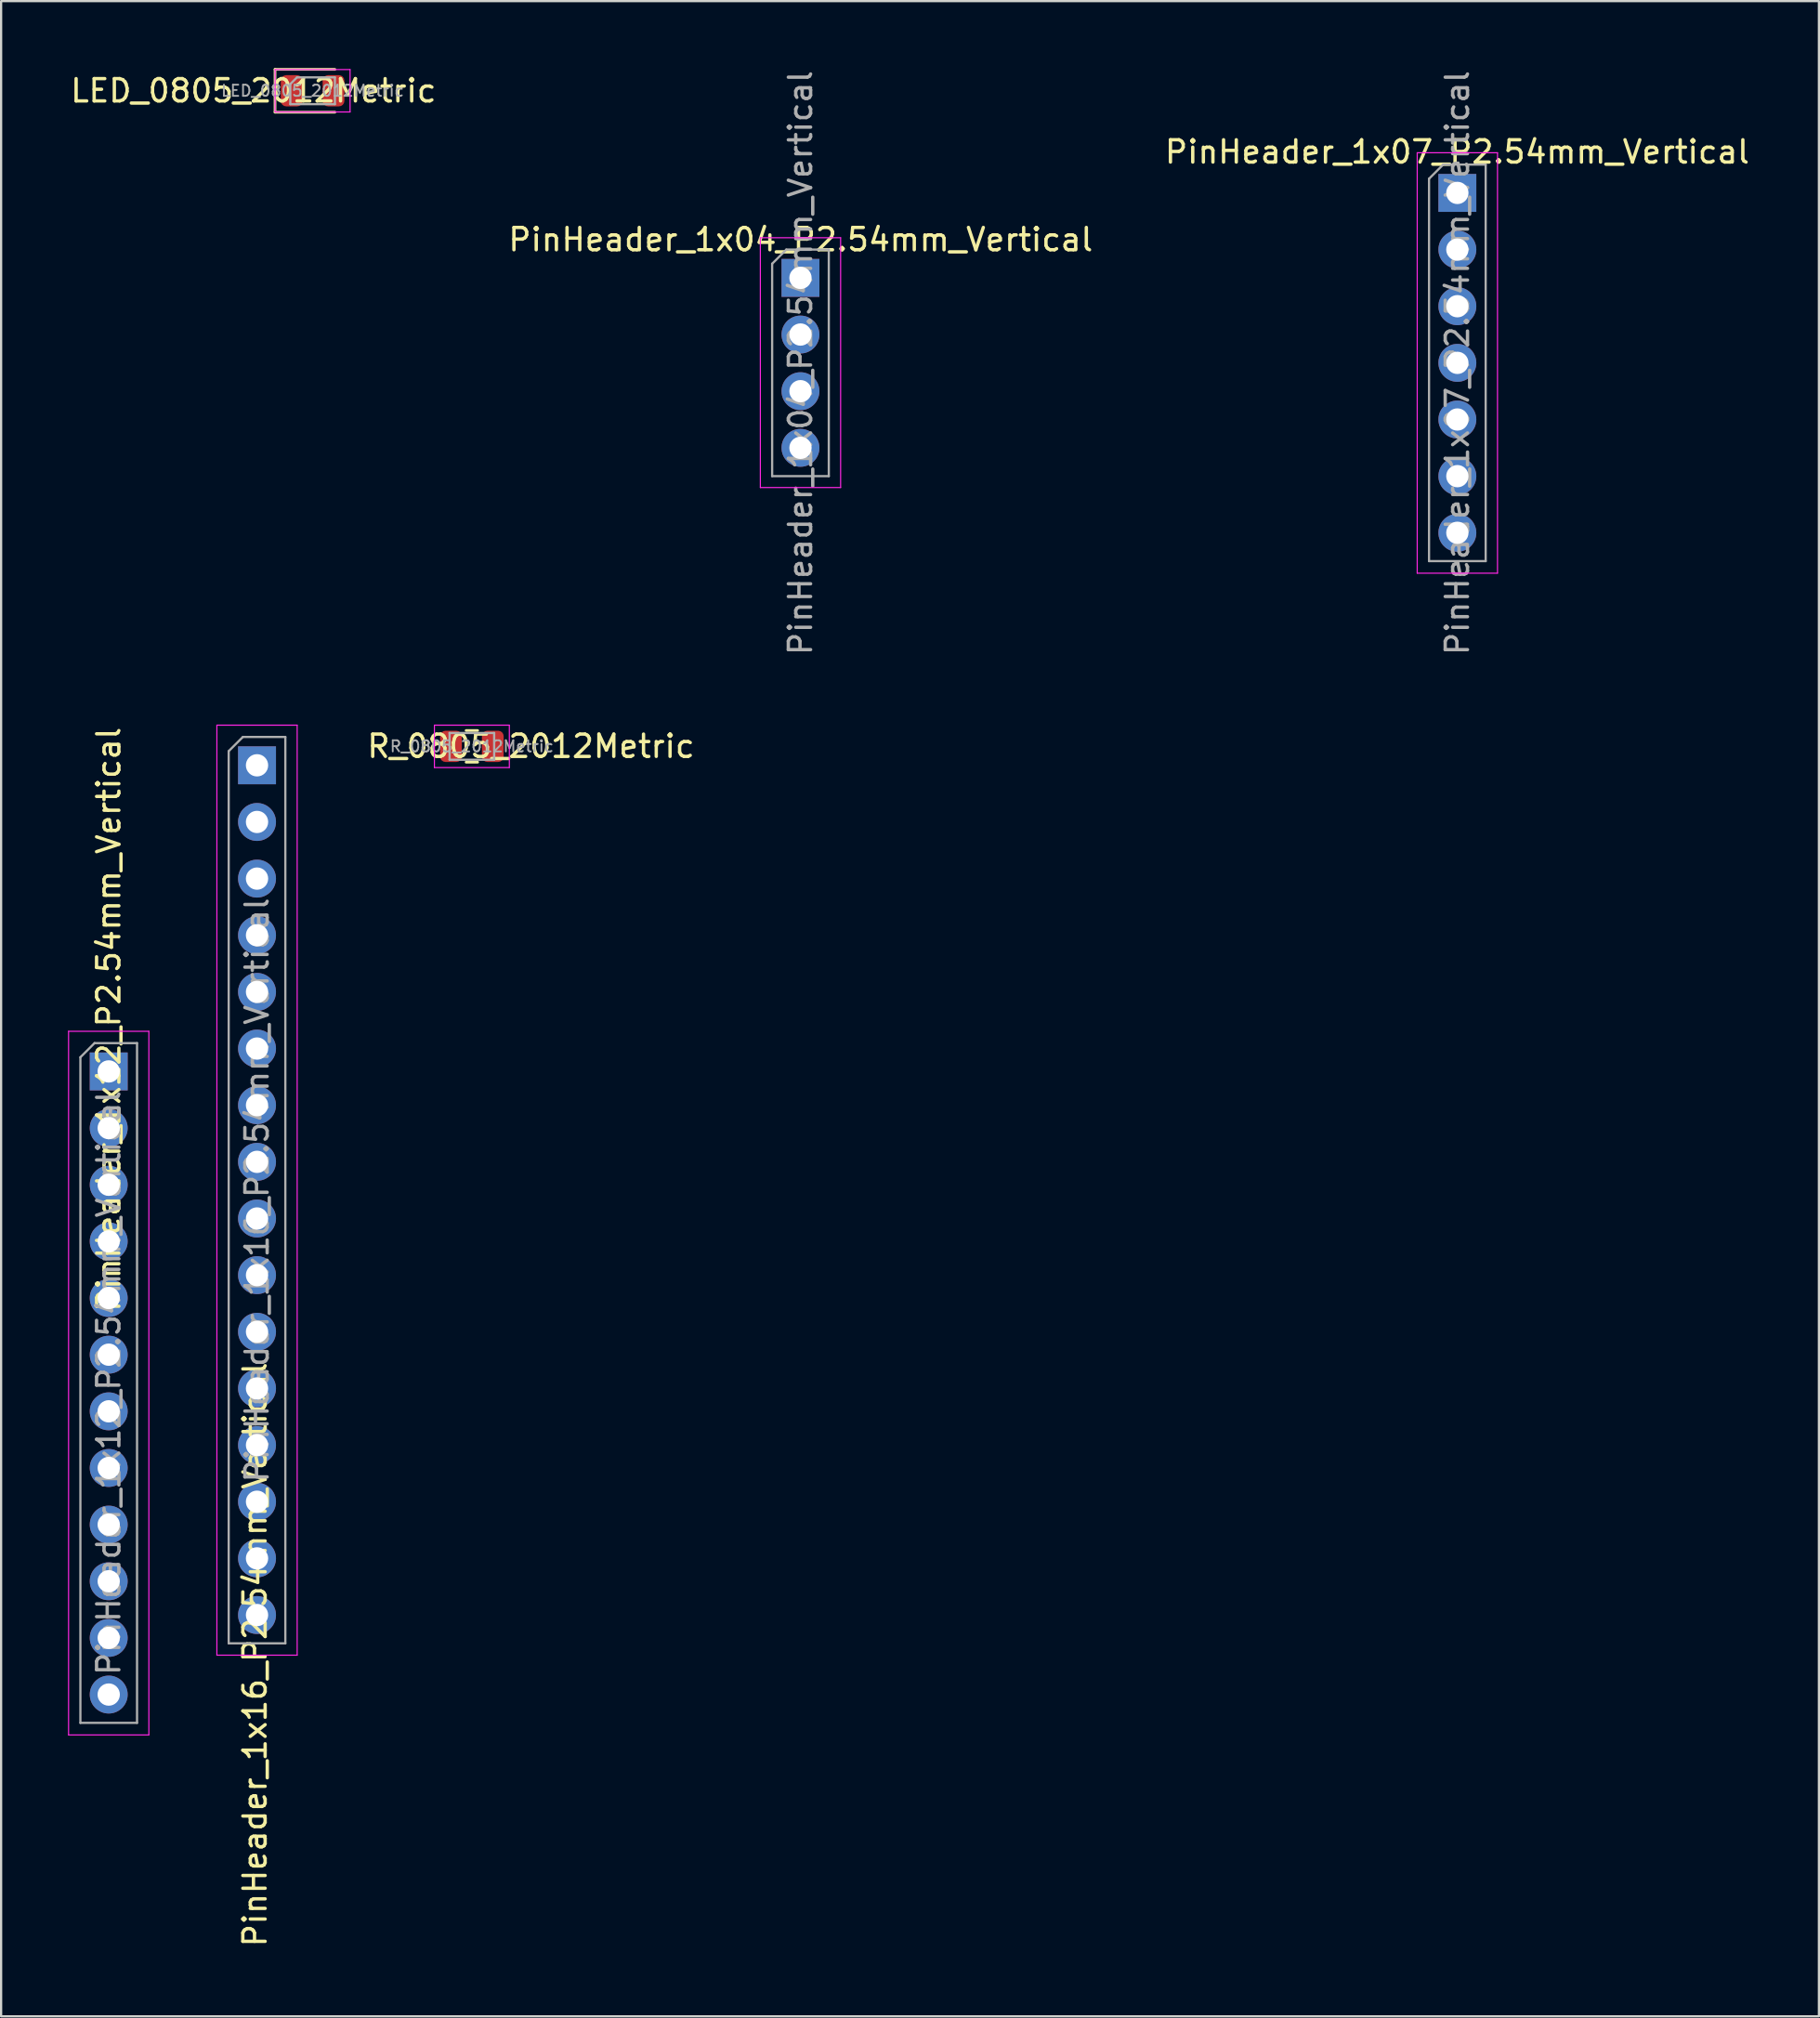
<source format=kicad_pcb>
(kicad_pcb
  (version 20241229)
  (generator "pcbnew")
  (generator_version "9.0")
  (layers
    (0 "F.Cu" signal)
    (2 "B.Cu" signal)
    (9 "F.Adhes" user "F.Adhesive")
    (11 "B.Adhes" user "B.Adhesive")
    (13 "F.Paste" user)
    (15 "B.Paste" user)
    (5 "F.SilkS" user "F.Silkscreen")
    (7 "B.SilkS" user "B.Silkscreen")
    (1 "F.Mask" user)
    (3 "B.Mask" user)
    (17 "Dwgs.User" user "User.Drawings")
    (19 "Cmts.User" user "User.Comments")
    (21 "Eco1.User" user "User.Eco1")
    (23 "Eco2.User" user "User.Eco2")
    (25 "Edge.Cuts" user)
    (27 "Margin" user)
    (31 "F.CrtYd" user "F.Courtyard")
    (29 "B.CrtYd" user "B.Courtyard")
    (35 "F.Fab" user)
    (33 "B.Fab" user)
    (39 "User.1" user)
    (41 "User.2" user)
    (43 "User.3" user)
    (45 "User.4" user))
  (footprint "LED_0805_2012Metric"
    (layer "F.Cu")
    (at 10.967 1.02)
    (property "Reference" "LED_0805_2012Metric" (at -2.652 0 180) (layer "F.SilkS") (effects (font (size 1 1) (thickness 0.15))))
    (attr smd)
    (fp_line (start -1.685 -0.96) (end -1.685 0.96) (stroke (width 0.12) (type solid)) (layer "F.SilkS"))
    (fp_line (start -1.685 0.96) (end 1 0.96) (stroke (width 0.12) (type solid)) (layer "F.SilkS"))
    (fp_line (start 1 -0.96) (end -1.685 -0.96) (stroke (width 0.12) (type solid)) (layer "F.SilkS"))
    (fp_line (start -1.68 -0.95) (end 1.68 -0.95) (stroke (width 0.05) (type solid)) (layer "F.CrtYd"))
    (fp_line (start -1.68 0.95) (end -1.68 -0.95) (stroke (width 0.05) (type solid)) (layer "F.CrtYd"))
    (fp_line (start 1.68 -0.95) (end 1.68 0.95) (stroke (width 0.05) (type solid)) (layer "F.CrtYd"))
    (fp_line (start 1.68 0.95) (end -1.68 0.95) (stroke (width 0.05) (type solid)) (layer "F.CrtYd"))
    (fp_line (start -1 -0.3) (end -1 0.6) (stroke (width 0.1) (type solid)) (layer "F.Fab"))
    (fp_line (start -1 0.6) (end 1 0.6) (stroke (width 0.1) (type solid)) (layer "F.Fab"))
    (fp_line (start -0.7 -0.6) (end -1 -0.3) (stroke (width 0.1) (type solid)) (layer "F.Fab"))
    (fp_line (start 1 -0.6) (end -0.7 -0.6) (stroke (width 0.1) (type solid)) (layer "F.Fab"))
    (fp_line (start 1 0.6) (end 1 -0.6) (stroke (width 0.1) (type solid)) (layer "F.Fab"))
    (fp_text user "${REFERENCE}" (at 0 0 180) (layer "F.Fab") (effects (font (size 0.5 0.5) (thickness 0.08))))
    (pad "1" smd roundrect (at -0.938 0) (size 0.975 1.4) (layers "F.Cu" "F.Mask" "F.Paste") (roundrect_rratio 0.25))
    (pad "2" smd roundrect (at 0.938 0) (size 0.975 1.4) (layers "F.Cu" "F.Mask" "F.Paste") (roundrect_rratio 0.25)))
  (footprint "PinHeader_1x16_P2.54mm_Vertical"
    (layer "F.Cu")
    (at 8.475 31.265)
    (property "Reference" "PinHeader_1x16_P2.54mm_Vertical" (at -0.091 39.873 90) (layer "F.SilkS") (effects (font (size 1 1) (thickness 0.15))))
    (attr through_hole)
    (fp_line (start -1.8 -1.8) (end -1.8 39.9) (stroke (width 0.05) (type solid)) (layer "F.CrtYd"))
    (fp_line (start -1.8 39.9) (end 1.8 39.9) (stroke (width 0.05) (type solid)) (layer "F.CrtYd"))
    (fp_line (start 1.8 -1.8) (end -1.8 -1.8) (stroke (width 0.05) (type solid)) (layer "F.CrtYd"))
    (fp_line (start 1.8 39.9) (end 1.8 -1.8) (stroke (width 0.05) (type solid)) (layer "F.CrtYd"))
    (fp_line (start -1.27 -0.635) (end -0.635 -1.27) (stroke (width 0.1) (type solid)) (layer "F.Fab"))
    (fp_line (start -1.27 39.37) (end -1.27 -0.635) (stroke (width 0.1) (type solid)) (layer "F.Fab"))
    (fp_line (start -0.635 -1.27) (end 1.27 -1.27) (stroke (width 0.1) (type solid)) (layer "F.Fab"))
    (fp_line (start 1.27 -1.27) (end 1.27 39.37) (stroke (width 0.1) (type solid)) (layer "F.Fab"))
    (fp_line (start 1.27 39.37) (end -1.27 39.37) (stroke (width 0.1) (type solid)) (layer "F.Fab"))
    (fp_text user "${REFERENCE}" (at 0 19.05 90) (layer "F.Fab") (effects (font (size 1 1) (thickness 0.15))))
    (pad "1" thru_hole rect (at 0 0) (size 1.7 1.7) (drill 1) (layers "*.Cu" "*.Mask"))
    (pad "2" thru_hole oval (at 0 2.54) (size 1.7 1.7) (drill 1) (layers "*.Cu" "*.Mask"))
    (pad "3" thru_hole oval (at 0 5.08) (size 1.7 1.7) (drill 1) (layers "*.Cu" "*.Mask"))
    (pad "4" thru_hole oval (at 0 7.62) (size 1.7 1.7) (drill 1) (layers "*.Cu" "*.Mask"))
    (pad "5" thru_hole oval (at 0 10.16) (size 1.7 1.7) (drill 1) (layers "*.Cu" "*.Mask"))
    (pad "6" thru_hole oval (at 0 12.7) (size 1.7 1.7) (drill 1) (layers "*.Cu" "*.Mask"))
    (pad "7" thru_hole oval (at 0 15.24) (size 1.7 1.7) (drill 1) (layers "*.Cu" "*.Mask"))
    (pad "8" thru_hole oval (at 0 17.78) (size 1.7 1.7) (drill 1) (layers "*.Cu" "*.Mask"))
    (pad "9" thru_hole oval (at 0 20.32) (size 1.7 1.7) (drill 1) (layers "*.Cu" "*.Mask"))
    (pad "10" thru_hole oval (at 0 22.86) (size 1.7 1.7) (drill 1) (layers "*.Cu" "*.Mask"))
    (pad "11" thru_hole oval (at 0 25.4) (size 1.7 1.7) (drill 1) (layers "*.Cu" "*.Mask"))
    (pad "12" thru_hole oval (at 0 27.94) (size 1.7 1.7) (drill 1) (layers "*.Cu" "*.Mask"))
    (pad "13" thru_hole oval (at 0 30.48) (size 1.7 1.7) (drill 1) (layers "*.Cu" "*.Mask"))
    (pad "14" thru_hole oval (at 0 33.02) (size 1.7 1.7) (drill 1) (layers "*.Cu" "*.Mask"))
    (pad "15" thru_hole oval (at 0 35.56) (size 1.7 1.7) (drill 1) (layers "*.Cu" "*.Mask"))
    (pad "16" thru_hole oval (at 0 38.1) (size 1.7 1.7) (drill 1) (layers "*.Cu" "*.Mask")))
  (footprint "PinHeader_1x04_P2.54mm_Vertical"
    (layer "F.Cu")
    (at 32.844 9.41)
    (property "Reference" "PinHeader_1x04_P2.54mm_Vertical" (at 0.008 -1.717 0) (layer "F.SilkS") (effects (font (size 1 1) (thickness 0.15))))
    (attr through_hole)
    (fp_line (start -1.8 -1.8) (end -1.8 9.4) (stroke (width 0.05) (type solid)) (layer "F.CrtYd"))
    (fp_line (start -1.8 9.4) (end 1.8 9.4) (stroke (width 0.05) (type solid)) (layer "F.CrtYd"))
    (fp_line (start 1.8 -1.8) (end -1.8 -1.8) (stroke (width 0.05) (type solid)) (layer "F.CrtYd"))
    (fp_line (start 1.8 9.4) (end 1.8 -1.8) (stroke (width 0.05) (type solid)) (layer "F.CrtYd"))
    (fp_line (start -1.27 -0.635) (end -0.635 -1.27) (stroke (width 0.1) (type solid)) (layer "F.Fab"))
    (fp_line (start -1.27 8.89) (end -1.27 -0.635) (stroke (width 0.1) (type solid)) (layer "F.Fab"))
    (fp_line (start -0.635 -1.27) (end 1.27 -1.27) (stroke (width 0.1) (type solid)) (layer "F.Fab"))
    (fp_line (start 1.27 -1.27) (end 1.27 8.89) (stroke (width 0.1) (type solid)) (layer "F.Fab"))
    (fp_line (start 1.27 8.89) (end -1.27 8.89) (stroke (width 0.1) (type solid)) (layer "F.Fab"))
    (fp_text user "${REFERENCE}" (at 0 3.81 90) (layer "F.Fab") (effects (font (size 1 1) (thickness 0.15))))
    (pad "1" thru_hole rect (at 0 0) (size 1.7 1.7) (drill 1) (layers "*.Cu" "*.Mask"))
    (pad "2" thru_hole oval (at 0 2.54) (size 1.7 1.7) (drill 1) (layers "*.Cu" "*.Mask"))
    (pad "3" thru_hole oval (at 0 5.08) (size 1.7 1.7) (drill 1) (layers "*.Cu" "*.Mask"))
    (pad "4" thru_hole oval (at 0 7.62) (size 1.7 1.7) (drill 1) (layers "*.Cu" "*.Mask")))
  (footprint "PinHeader_1x07_P2.54mm_Vertical"
    (layer "F.Cu")
    (at 62.299 5.6)
    (property "Reference" "PinHeader_1x07_P2.54mm_Vertical" (at -0.008 -1.839 0) (layer "F.SilkS") (effects (font (size 1 1) (thickness 0.15))))
    (attr through_hole)
    (fp_line (start -1.8 -1.8) (end -1.8 17.05) (stroke (width 0.05) (type solid)) (layer "F.CrtYd"))
    (fp_line (start -1.8 17.05) (end 1.8 17.05) (stroke (width 0.05) (type solid)) (layer "F.CrtYd"))
    (fp_line (start 1.8 -1.8) (end -1.8 -1.8) (stroke (width 0.05) (type solid)) (layer "F.CrtYd"))
    (fp_line (start 1.8 17.05) (end 1.8 -1.8) (stroke (width 0.05) (type solid)) (layer "F.CrtYd"))
    (fp_line (start -1.27 -0.635) (end -0.635 -1.27) (stroke (width 0.1) (type solid)) (layer "F.Fab"))
    (fp_line (start -1.27 16.51) (end -1.27 -0.635) (stroke (width 0.1) (type solid)) (layer "F.Fab"))
    (fp_line (start -0.635 -1.27) (end 1.27 -1.27) (stroke (width 0.1) (type solid)) (layer "F.Fab"))
    (fp_line (start 1.27 -1.27) (end 1.27 16.51) (stroke (width 0.1) (type solid)) (layer "F.Fab"))
    (fp_line (start 1.27 16.51) (end -1.27 16.51) (stroke (width 0.1) (type solid)) (layer "F.Fab"))
    (fp_text user "${REFERENCE}" (at 0 7.62 90) (layer "F.Fab") (effects (font (size 1 1) (thickness 0.15))))
    (pad "1" thru_hole rect (at 0 0) (size 1.7 1.7) (drill 1) (layers "*.Cu" "*.Mask"))
    (pad "2" thru_hole oval (at 0 2.54) (size 1.7 1.7) (drill 1) (layers "*.Cu" "*.Mask"))
    (pad "3" thru_hole oval (at 0 5.08) (size 1.7 1.7) (drill 1) (layers "*.Cu" "*.Mask"))
    (pad "4" thru_hole oval (at 0 7.62) (size 1.7 1.7) (drill 1) (layers "*.Cu" "*.Mask"))
    (pad "5" thru_hole oval (at 0 10.16) (size 1.7 1.7) (drill 1) (layers "*.Cu" "*.Mask"))
    (pad "6" thru_hole oval (at 0 12.7) (size 1.7 1.7) (drill 1) (layers "*.Cu" "*.Mask"))
    (pad "7" thru_hole oval (at 0 15.24) (size 1.7 1.7) (drill 1) (layers "*.Cu" "*.Mask")))
  (footprint "R_0805_2012Metric"
    (layer "F.Cu")
    (at 18.109 30.415)
    (property "Reference" "R_0805_2012Metric" (at 2.649 -0.005 180) (layer "F.SilkS") (effects (font (size 1 1) (thickness 0.15))))
    (attr smd)
    (fp_line (start -0.259 -0.71) (end 0.259 -0.71) (stroke (width 0.12) (type solid)) (layer "F.SilkS"))
    (fp_line (start -0.259 0.71) (end 0.259 0.71) (stroke (width 0.12) (type solid)) (layer "F.SilkS"))
    (fp_line (start -1.68 -0.95) (end 1.68 -0.95) (stroke (width 0.05) (type solid)) (layer "F.CrtYd"))
    (fp_line (start -1.68 0.95) (end -1.68 -0.95) (stroke (width 0.05) (type solid)) (layer "F.CrtYd"))
    (fp_line (start 1.68 -0.95) (end 1.68 0.95) (stroke (width 0.05) (type solid)) (layer "F.CrtYd"))
    (fp_line (start 1.68 0.95) (end -1.68 0.95) (stroke (width 0.05) (type solid)) (layer "F.CrtYd"))
    (fp_line (start -1 -0.6) (end 1 -0.6) (stroke (width 0.1) (type solid)) (layer "F.Fab"))
    (fp_line (start -1 0.6) (end -1 -0.6) (stroke (width 0.1) (type solid)) (layer "F.Fab"))
    (fp_line (start 1 -0.6) (end 1 0.6) (stroke (width 0.1) (type solid)) (layer "F.Fab"))
    (fp_line (start 1 0.6) (end -1 0.6) (stroke (width 0.1) (type solid)) (layer "F.Fab"))
    (fp_text user "${REFERENCE}" (at 0 0 180) (layer "F.Fab") (effects (font (size 0.5 0.5) (thickness 0.08))))
    (pad "1" smd roundrect (at -0.938 0) (size 0.975 1.4) (layers "F.Cu" "F.Mask" "F.Paste") (roundrect_rratio 0.25))
    (pad "2" smd roundrect (at 0.938 0) (size 0.975 1.4) (layers "F.Cu" "F.Mask" "F.Paste") (roundrect_rratio 0.25)))
  (footprint "PinHeader_1x12_P2.54mm_Vertical"
    (layer "F.Cu")
    (at 1.825 44.991)
    (property "Reference" "PinHeader_1x12_P2.54mm_Vertical" (at 0 -2.33 90) (layer "F.SilkS") (effects (font (size 1 1) (thickness 0.15))))
    (attr through_hole)
    (fp_line (start -1.8 -1.8) (end -1.8 29.75) (stroke (width 0.05) (type solid)) (layer "F.CrtYd"))
    (fp_line (start -1.8 29.75) (end 1.8 29.75) (stroke (width 0.05) (type solid)) (layer "F.CrtYd"))
    (fp_line (start 1.8 -1.8) (end -1.8 -1.8) (stroke (width 0.05) (type solid)) (layer "F.CrtYd"))
    (fp_line (start 1.8 29.75) (end 1.8 -1.8) (stroke (width 0.05) (type solid)) (layer "F.CrtYd"))
    (fp_line (start -1.27 -0.635) (end -0.635 -1.27) (stroke (width 0.1) (type solid)) (layer "F.Fab"))
    (fp_line (start -1.27 29.21) (end -1.27 -0.635) (stroke (width 0.1) (type solid)) (layer "F.Fab"))
    (fp_line (start -0.635 -1.27) (end 1.27 -1.27) (stroke (width 0.1) (type solid)) (layer "F.Fab"))
    (fp_line (start 1.27 -1.27) (end 1.27 29.21) (stroke (width 0.1) (type solid)) (layer "F.Fab"))
    (fp_line (start 1.27 29.21) (end -1.27 29.21) (stroke (width 0.1) (type solid)) (layer "F.Fab"))
    (fp_text user "${REFERENCE}" (at 0 13.97 90) (layer "F.Fab") (effects (font (size 1 1) (thickness 0.15))))
    (pad "1" thru_hole rect (at 0 0) (size 1.7 1.7) (drill 1) (layers "*.Cu" "*.Mask"))
    (pad "2" thru_hole oval (at 0 2.54) (size 1.7 1.7) (drill 1) (layers "*.Cu" "*.Mask"))
    (pad "3" thru_hole oval (at 0 5.08) (size 1.7 1.7) (drill 1) (layers "*.Cu" "*.Mask"))
    (pad "4" thru_hole oval (at 0 7.62) (size 1.7 1.7) (drill 1) (layers "*.Cu" "*.Mask"))
    (pad "5" thru_hole oval (at 0 10.16) (size 1.7 1.7) (drill 1) (layers "*.Cu" "*.Mask"))
    (pad "6" thru_hole oval (at 0 12.7) (size 1.7 1.7) (drill 1) (layers "*.Cu" "*.Mask"))
    (pad "7" thru_hole oval (at 0 15.24) (size 1.7 1.7) (drill 1) (layers "*.Cu" "*.Mask"))
    (pad "8" thru_hole oval (at 0 17.78) (size 1.7 1.7) (drill 1) (layers "*.Cu" "*.Mask"))
    (pad "9" thru_hole oval (at 0 20.32) (size 1.7 1.7) (drill 1) (layers "*.Cu" "*.Mask"))
    (pad "10" thru_hole oval (at 0 22.86) (size 1.7 1.7) (drill 1) (layers "*.Cu" "*.Mask"))
    (pad "11" thru_hole oval (at 0 25.4) (size 1.7 1.7) (drill 1) (layers "*.Cu" "*.Mask"))
    (pad "12" thru_hole oval (at 0 27.94) (size 1.7 1.7) (drill 1) (layers "*.Cu" "*.Mask")))
  (gr_rect
    (start -3 -3)
    (end 78.512 87.359)
    (stroke (width 0.1) (type default))
    (fill no)
    (layer "Edge.Cuts")))
</source>
